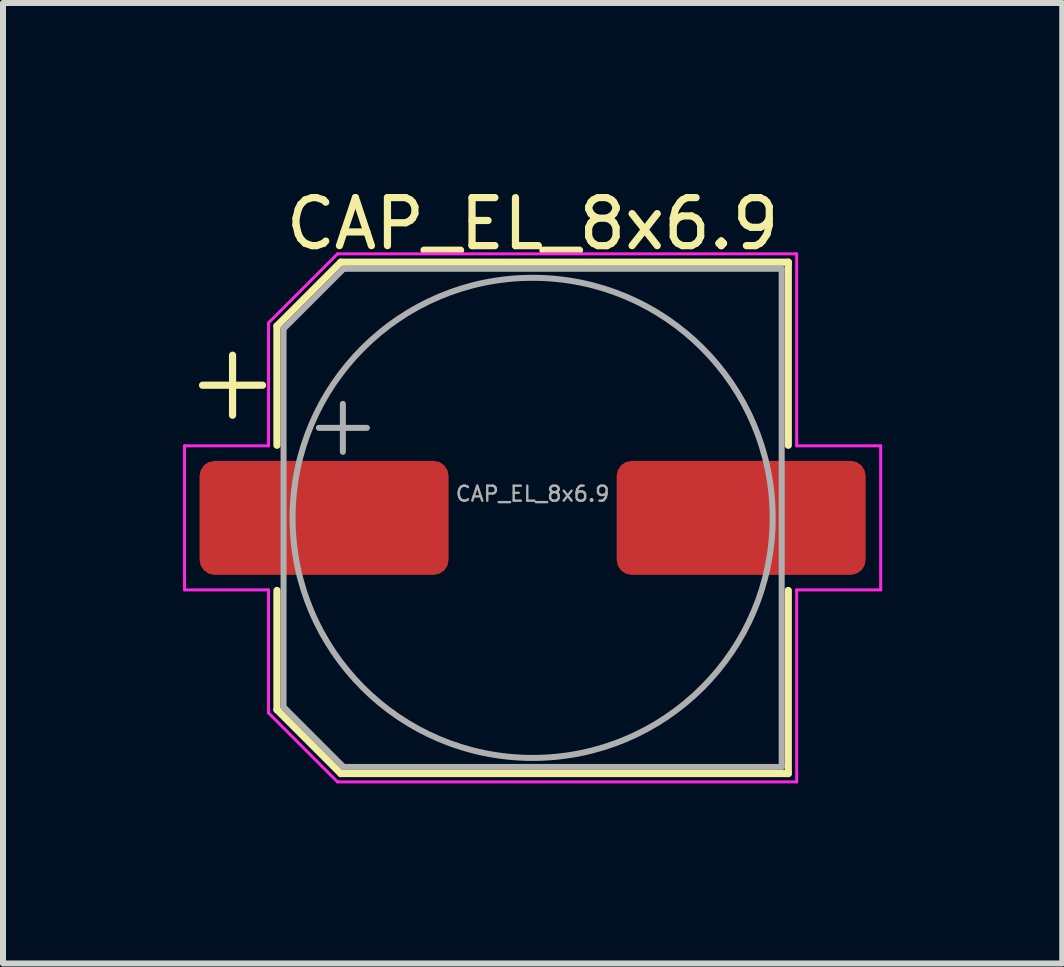
<source format=kicad_pcb>
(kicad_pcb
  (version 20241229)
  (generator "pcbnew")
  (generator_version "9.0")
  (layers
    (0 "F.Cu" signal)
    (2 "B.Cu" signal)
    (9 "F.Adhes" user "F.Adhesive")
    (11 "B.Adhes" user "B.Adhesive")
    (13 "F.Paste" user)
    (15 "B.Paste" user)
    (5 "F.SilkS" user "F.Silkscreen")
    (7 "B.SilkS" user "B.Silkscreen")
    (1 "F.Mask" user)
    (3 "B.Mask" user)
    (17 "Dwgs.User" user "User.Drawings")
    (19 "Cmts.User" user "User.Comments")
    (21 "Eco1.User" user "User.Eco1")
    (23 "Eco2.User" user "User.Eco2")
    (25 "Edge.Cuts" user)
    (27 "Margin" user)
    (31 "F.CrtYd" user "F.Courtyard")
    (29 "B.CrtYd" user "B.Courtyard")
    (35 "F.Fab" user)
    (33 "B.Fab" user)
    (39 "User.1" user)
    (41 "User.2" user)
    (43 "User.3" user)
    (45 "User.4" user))
  (footprint "CAP_EL_8x6.9"
    (layer "F.Cu")
    (at 5.825 5.579)
    (property "Reference" "CAP_EL_8x6.9" (at 0 -4.9 0) (layer "F.SilkS") (effects (font (size 0.8 0.8) (thickness 0.12))))
    (attr smd)
    (fp_line (start -5.5 -2.21) (end -4.5 -2.21) (stroke (width 0.12) (type solid)) (layer "F.SilkS"))
    (fp_line (start -5 -2.71) (end -5 -1.71) (stroke (width 0.12) (type solid)) (layer "F.SilkS"))
    (fp_line (start -4.26 -3.196) (end -4.26 -1.21) (stroke (width 0.12) (type solid)) (layer "F.SilkS"))
    (fp_line (start -4.26 -3.196) (end -3.196 -4.26) (stroke (width 0.12) (type solid)) (layer "F.SilkS"))
    (fp_line (start -4.26 3.196) (end -4.26 1.21) (stroke (width 0.12) (type solid)) (layer "F.SilkS"))
    (fp_line (start -4.26 3.196) (end -3.196 4.26) (stroke (width 0.12) (type solid)) (layer "F.SilkS"))
    (fp_line (start -3.196 -4.26) (end 4.26 -4.26) (stroke (width 0.12) (type solid)) (layer "F.SilkS"))
    (fp_line (start -3.196 4.26) (end 4.26 4.26) (stroke (width 0.12) (type solid)) (layer "F.SilkS"))
    (fp_line (start 4.26 -4.26) (end 4.26 -1.21) (stroke (width 0.12) (type solid)) (layer "F.SilkS"))
    (fp_line (start 4.26 4.26) (end 4.26 1.21) (stroke (width 0.12) (type solid)) (layer "F.SilkS"))
    (fp_line (start -5.8 -1.2) (end -5.8 1.2) (stroke (width 0.05) (type solid)) (layer "F.CrtYd"))
    (fp_line (start -5.8 1.2) (end -4.4 1.2) (stroke (width 0.05) (type solid)) (layer "F.CrtYd"))
    (fp_line (start -4.4 -3.25) (end -4.4 -1.2) (stroke (width 0.05) (type solid)) (layer "F.CrtYd"))
    (fp_line (start -4.4 -3.25) (end -3.25 -4.4) (stroke (width 0.05) (type solid)) (layer "F.CrtYd"))
    (fp_line (start -4.4 -1.2) (end -5.8 -1.2) (stroke (width 0.05) (type solid)) (layer "F.CrtYd"))
    (fp_line (start -4.4 1.2) (end -4.4 3.25) (stroke (width 0.05) (type solid)) (layer "F.CrtYd"))
    (fp_line (start -4.4 3.25) (end -3.25 4.4) (stroke (width 0.05) (type solid)) (layer "F.CrtYd"))
    (fp_line (start -3.25 -4.4) (end 4.4 -4.4) (stroke (width 0.05) (type solid)) (layer "F.CrtYd"))
    (fp_line (start -3.25 4.4) (end 4.4 4.4) (stroke (width 0.05) (type solid)) (layer "F.CrtYd"))
    (fp_line (start 4.4 -4.4) (end 4.4 -1.2) (stroke (width 0.05) (type solid)) (layer "F.CrtYd"))
    (fp_line (start 4.4 -1.2) (end 5.8 -1.2) (stroke (width 0.05) (type solid)) (layer "F.CrtYd"))
    (fp_line (start 4.4 1.2) (end 4.4 4.4) (stroke (width 0.05) (type solid)) (layer "F.CrtYd"))
    (fp_line (start 5.8 -1.2) (end 5.8 1.2) (stroke (width 0.05) (type solid)) (layer "F.CrtYd"))
    (fp_line (start 5.8 1.2) (end 4.4 1.2) (stroke (width 0.05) (type solid)) (layer "F.CrtYd"))
    (fp_line (start -4.15 -3.15) (end -4.15 3.15) (stroke (width 0.1) (type solid)) (layer "F.Fab"))
    (fp_line (start -4.15 -3.15) (end -3.15 -4.15) (stroke (width 0.1) (type solid)) (layer "F.Fab"))
    (fp_line (start -4.15 3.15) (end -3.15 4.15) (stroke (width 0.1) (type solid)) (layer "F.Fab"))
    (fp_line (start -3.562 -1.5) (end -2.762 -1.5) (stroke (width 0.1) (type solid)) (layer "F.Fab"))
    (fp_line (start -3.162 -1.9) (end -3.162 -1.1) (stroke (width 0.1) (type solid)) (layer "F.Fab"))
    (fp_line (start -3.15 -4.15) (end 4.15 -4.15) (stroke (width 0.1) (type solid)) (layer "F.Fab"))
    (fp_line (start -3.15 4.15) (end 4.15 4.15) (stroke (width 0.1) (type solid)) (layer "F.Fab"))
    (fp_line (start 4.15 -4.15) (end 4.15 4.15) (stroke (width 0.1) (type solid)) (layer "F.Fab"))
    (fp_circle (center 0 0) (end 4 0) (stroke (width 0.1) (type solid)) (fill no) (layer "F.Fab"))
    (fp_text user "${REFERENCE}" (at 0 -0.4 0) (layer "F.Fab") (effects (font (size 0.25 0.25) (thickness 0.04))))
    (pad "1" smd roundrect (at -3.475 0) (size 4.15 1.9) (layers "F.Cu" "F.Mask" "F.Paste") (roundrect_rratio 0.132))
    (pad "2" smd roundrect (at 3.475 0) (size 4.15 1.9) (layers "F.Cu" "F.Mask" "F.Paste") (roundrect_rratio 0.132)))
  (gr_rect
    (start -3 -3)
    (end 14.65 13.004)
    (stroke (width 0.1) (type default))
    (fill no)
    (layer "Edge.Cuts")))
</source>
